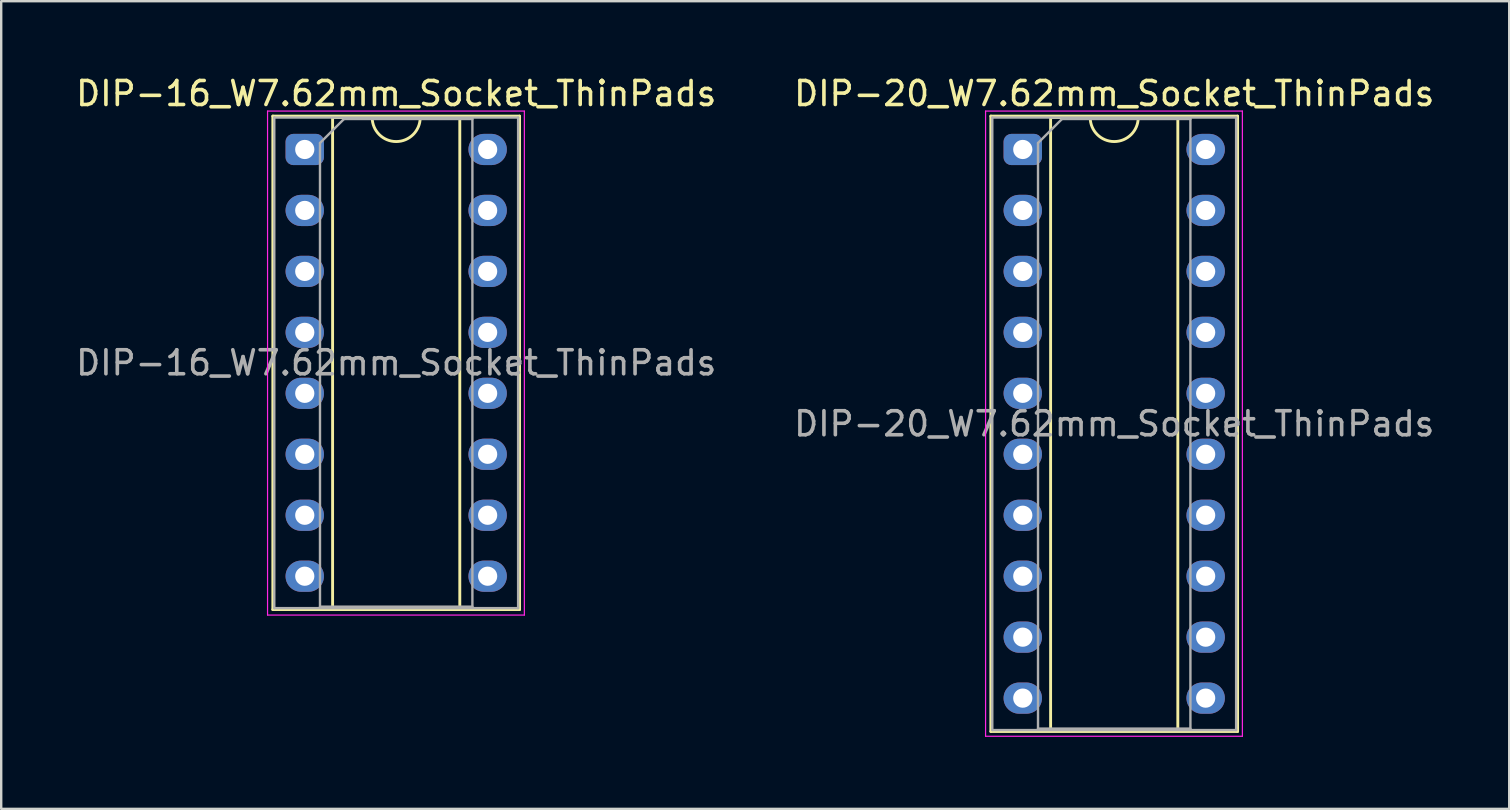
<source format=kicad_pcb>
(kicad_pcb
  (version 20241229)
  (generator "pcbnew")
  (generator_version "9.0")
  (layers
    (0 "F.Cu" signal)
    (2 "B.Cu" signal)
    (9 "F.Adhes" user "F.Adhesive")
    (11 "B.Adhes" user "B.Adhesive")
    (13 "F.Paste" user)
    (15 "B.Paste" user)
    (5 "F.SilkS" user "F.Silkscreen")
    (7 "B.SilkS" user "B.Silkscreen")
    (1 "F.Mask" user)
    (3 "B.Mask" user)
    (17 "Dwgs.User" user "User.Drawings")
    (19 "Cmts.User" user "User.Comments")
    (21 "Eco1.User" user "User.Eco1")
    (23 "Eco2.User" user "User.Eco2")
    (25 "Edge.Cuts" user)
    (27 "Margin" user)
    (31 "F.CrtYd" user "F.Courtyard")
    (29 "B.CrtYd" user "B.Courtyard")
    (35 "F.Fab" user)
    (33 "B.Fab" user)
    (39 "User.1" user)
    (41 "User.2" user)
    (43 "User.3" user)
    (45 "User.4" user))
  (footprint "DIP-16_W7.62mm_Socket_ThinPads"
    (layer "F.Cu")
    (at 9.648 3.178)
    (property "Reference" "DIP-16_W7.62mm_Socket_ThinPads" (at 3.81 -2.33 0) (layer "F.SilkS") (effects (font (size 1 1) (thickness 0.15))))
    (attr through_hole)
    (fp_line (start -1.33 -1.39) (end -1.33 19.17) (stroke (width 0.12) (type solid)) (layer "F.SilkS"))
    (fp_line (start -1.33 19.17) (end 8.95 19.17) (stroke (width 0.12) (type solid)) (layer "F.SilkS"))
    (fp_line (start 1.16 -1.33) (end 1.16 19.11) (stroke (width 0.12) (type solid)) (layer "F.SilkS"))
    (fp_line (start 1.16 19.11) (end 6.46 19.11) (stroke (width 0.12) (type solid)) (layer "F.SilkS"))
    (fp_line (start 2.81 -1.33) (end 1.16 -1.33) (stroke (width 0.12) (type solid)) (layer "F.SilkS"))
    (fp_line (start 6.46 -1.33) (end 4.81 -1.33) (stroke (width 0.12) (type solid)) (layer "F.SilkS"))
    (fp_line (start 6.46 19.11) (end 6.46 -1.33) (stroke (width 0.12) (type solid)) (layer "F.SilkS"))
    (fp_line (start 8.95 -1.39) (end -1.33 -1.39) (stroke (width 0.12) (type solid)) (layer "F.SilkS"))
    (fp_line (start 8.95 19.17) (end 8.95 -1.39) (stroke (width 0.12) (type solid)) (layer "F.SilkS"))
    (fp_arc (start 4.81 -1.33) (mid 3.81 -0.33) (end 2.81 -1.33) (stroke (width 0.12) (type solid)) (layer "F.SilkS"))
    (fp_line (start -1.55 -1.6) (end -1.55 19.4) (stroke (width 0.05) (type solid)) (layer "F.CrtYd"))
    (fp_line (start -1.55 19.4) (end 9.15 19.4) (stroke (width 0.05) (type solid)) (layer "F.CrtYd"))
    (fp_line (start 9.15 -1.6) (end -1.55 -1.6) (stroke (width 0.05) (type solid)) (layer "F.CrtYd"))
    (fp_line (start 9.15 19.4) (end 9.15 -1.6) (stroke (width 0.05) (type solid)) (layer "F.CrtYd"))
    (fp_line (start -1.27 -1.33) (end -1.27 19.11) (stroke (width 0.1) (type solid)) (layer "F.Fab"))
    (fp_line (start -1.27 19.11) (end 8.89 19.11) (stroke (width 0.1) (type solid)) (layer "F.Fab"))
    (fp_line (start 0.635 -0.27) (end 1.635 -1.27) (stroke (width 0.1) (type solid)) (layer "F.Fab"))
    (fp_line (start 0.635 19.05) (end 0.635 -0.27) (stroke (width 0.1) (type solid)) (layer "F.Fab"))
    (fp_line (start 1.635 -1.27) (end 6.985 -1.27) (stroke (width 0.1) (type solid)) (layer "F.Fab"))
    (fp_line (start 6.985 -1.27) (end 6.985 19.05) (stroke (width 0.1) (type solid)) (layer "F.Fab"))
    (fp_line (start 6.985 19.05) (end 0.635 19.05) (stroke (width 0.1) (type solid)) (layer "F.Fab"))
    (fp_line (start 8.89 -1.33) (end -1.27 -1.33) (stroke (width 0.1) (type solid)) (layer "F.Fab"))
    (fp_line (start 8.89 19.11) (end 8.89 -1.33) (stroke (width 0.1) (type solid)) (layer "F.Fab"))
    (fp_text user "${REFERENCE}" (at 3.81 8.89 0) (layer "F.Fab") (effects (font (size 1 1) (thickness 0.15))))
    (pad "1" thru_hole roundrect (at 0 0) (size 1.6 1.3) (drill 0.8) (layers "*.Cu" "*.Mask") (roundrect_rratio 0.25))
    (pad "2" thru_hole oval (at 0 2.54) (size 1.6 1.3) (drill 0.8) (layers "*.Cu" "*.Mask"))
    (pad "3" thru_hole oval (at 0 5.08) (size 1.6 1.3) (drill 0.8) (layers "*.Cu" "*.Mask"))
    (pad "4" thru_hole oval (at 0 7.62) (size 1.6 1.3) (drill 0.8) (layers "*.Cu" "*.Mask"))
    (pad "5" thru_hole oval (at 0 10.16) (size 1.6 1.3) (drill 0.8) (layers "*.Cu" "*.Mask"))
    (pad "6" thru_hole oval (at 0 12.7) (size 1.6 1.3) (drill 0.8) (layers "*.Cu" "*.Mask"))
    (pad "7" thru_hole oval (at 0 15.24) (size 1.6 1.3) (drill 0.8) (layers "*.Cu" "*.Mask"))
    (pad "8" thru_hole oval (at 0 17.78) (size 1.6 1.3) (drill 0.8) (layers "*.Cu" "*.Mask"))
    (pad "9" thru_hole oval (at 7.62 17.78) (size 1.6 1.3) (drill 0.8) (layers "*.Cu" "*.Mask"))
    (pad "10" thru_hole oval (at 7.62 15.24) (size 1.6 1.3) (drill 0.8) (layers "*.Cu" "*.Mask"))
    (pad "11" thru_hole oval (at 7.62 12.7) (size 1.6 1.3) (drill 0.8) (layers "*.Cu" "*.Mask"))
    (pad "12" thru_hole oval (at 7.62 10.16) (size 1.6 1.3) (drill 0.8) (layers "*.Cu" "*.Mask"))
    (pad "13" thru_hole oval (at 7.62 7.62) (size 1.6 1.3) (drill 0.8) (layers "*.Cu" "*.Mask"))
    (pad "14" thru_hole oval (at 7.62 5.08) (size 1.6 1.3) (drill 0.8) (layers "*.Cu" "*.Mask"))
    (pad "15" thru_hole oval (at 7.62 2.54) (size 1.6 1.3) (drill 0.8) (layers "*.Cu" "*.Mask"))
    (pad "16" thru_hole oval (at 7.62 0) (size 1.6 1.3) (drill 0.8) (layers "*.Cu" "*.Mask")))
  (footprint "DIP-20_W7.62mm_Socket_ThinPads"
    (layer "F.Cu")
    (at 39.565 3.178)
    (property "Reference" "DIP-20_W7.62mm_Socket_ThinPads" (at 3.81 -2.33 0) (layer "F.SilkS") (effects (font (size 1 1) (thickness 0.15))))
    (attr through_hole)
    (fp_line (start -1.33 -1.39) (end -1.33 24.25) (stroke (width 0.12) (type solid)) (layer "F.SilkS"))
    (fp_line (start -1.33 24.25) (end 8.95 24.25) (stroke (width 0.12) (type solid)) (layer "F.SilkS"))
    (fp_line (start 1.16 -1.33) (end 1.16 24.19) (stroke (width 0.12) (type solid)) (layer "F.SilkS"))
    (fp_line (start 1.16 24.19) (end 6.46 24.19) (stroke (width 0.12) (type solid)) (layer "F.SilkS"))
    (fp_line (start 2.81 -1.33) (end 1.16 -1.33) (stroke (width 0.12) (type solid)) (layer "F.SilkS"))
    (fp_line (start 6.46 -1.33) (end 4.81 -1.33) (stroke (width 0.12) (type solid)) (layer "F.SilkS"))
    (fp_line (start 6.46 24.19) (end 6.46 -1.33) (stroke (width 0.12) (type solid)) (layer "F.SilkS"))
    (fp_line (start 8.95 -1.39) (end -1.33 -1.39) (stroke (width 0.12) (type solid)) (layer "F.SilkS"))
    (fp_line (start 8.95 24.25) (end 8.95 -1.39) (stroke (width 0.12) (type solid)) (layer "F.SilkS"))
    (fp_arc (start 4.81 -1.33) (mid 3.81 -0.33) (end 2.81 -1.33) (stroke (width 0.12) (type solid)) (layer "F.SilkS"))
    (fp_line (start -1.55 -1.6) (end -1.55 24.45) (stroke (width 0.05) (type solid)) (layer "F.CrtYd"))
    (fp_line (start -1.55 24.45) (end 9.15 24.45) (stroke (width 0.05) (type solid)) (layer "F.CrtYd"))
    (fp_line (start 9.15 -1.6) (end -1.55 -1.6) (stroke (width 0.05) (type solid)) (layer "F.CrtYd"))
    (fp_line (start 9.15 24.45) (end 9.15 -1.6) (stroke (width 0.05) (type solid)) (layer "F.CrtYd"))
    (fp_line (start -1.27 -1.33) (end -1.27 24.19) (stroke (width 0.1) (type solid)) (layer "F.Fab"))
    (fp_line (start -1.27 24.19) (end 8.89 24.19) (stroke (width 0.1) (type solid)) (layer "F.Fab"))
    (fp_line (start 0.635 -0.27) (end 1.635 -1.27) (stroke (width 0.1) (type solid)) (layer "F.Fab"))
    (fp_line (start 0.635 24.13) (end 0.635 -0.27) (stroke (width 0.1) (type solid)) (layer "F.Fab"))
    (fp_line (start 1.635 -1.27) (end 6.985 -1.27) (stroke (width 0.1) (type solid)) (layer "F.Fab"))
    (fp_line (start 6.985 -1.27) (end 6.985 24.13) (stroke (width 0.1) (type solid)) (layer "F.Fab"))
    (fp_line (start 6.985 24.13) (end 0.635 24.13) (stroke (width 0.1) (type solid)) (layer "F.Fab"))
    (fp_line (start 8.89 -1.33) (end -1.27 -1.33) (stroke (width 0.1) (type solid)) (layer "F.Fab"))
    (fp_line (start 8.89 24.19) (end 8.89 -1.33) (stroke (width 0.1) (type solid)) (layer "F.Fab"))
    (fp_text user "${REFERENCE}" (at 3.81 11.43 0) (layer "F.Fab") (effects (font (size 1 1) (thickness 0.15))))
    (pad "1" thru_hole roundrect (at 0 0) (size 1.6 1.3) (drill 0.8) (layers "*.Cu" "*.Mask") (roundrect_rratio 0.25))
    (pad "2" thru_hole oval (at 0 2.54) (size 1.6 1.3) (drill 0.8) (layers "*.Cu" "*.Mask"))
    (pad "3" thru_hole oval (at 0 5.08) (size 1.6 1.3) (drill 0.8) (layers "*.Cu" "*.Mask"))
    (pad "4" thru_hole oval (at 0 7.62) (size 1.6 1.3) (drill 0.8) (layers "*.Cu" "*.Mask"))
    (pad "5" thru_hole oval (at 0 10.16) (size 1.6 1.3) (drill 0.8) (layers "*.Cu" "*.Mask"))
    (pad "6" thru_hole oval (at 0 12.7) (size 1.6 1.3) (drill 0.8) (layers "*.Cu" "*.Mask"))
    (pad "7" thru_hole oval (at 0 15.24) (size 1.6 1.3) (drill 0.8) (layers "*.Cu" "*.Mask"))
    (pad "8" thru_hole oval (at 0 17.78) (size 1.6 1.3) (drill 0.8) (layers "*.Cu" "*.Mask"))
    (pad "9" thru_hole oval (at 0 20.32) (size 1.6 1.3) (drill 0.8) (layers "*.Cu" "*.Mask"))
    (pad "10" thru_hole oval (at 0 22.86) (size 1.6 1.3) (drill 0.8) (layers "*.Cu" "*.Mask"))
    (pad "11" thru_hole oval (at 7.62 22.86) (size 1.6 1.3) (drill 0.8) (layers "*.Cu" "*.Mask"))
    (pad "12" thru_hole oval (at 7.62 20.32) (size 1.6 1.3) (drill 0.8) (layers "*.Cu" "*.Mask"))
    (pad "13" thru_hole oval (at 7.62 17.78) (size 1.6 1.3) (drill 0.8) (layers "*.Cu" "*.Mask"))
    (pad "14" thru_hole oval (at 7.62 15.24) (size 1.6 1.3) (drill 0.8) (layers "*.Cu" "*.Mask"))
    (pad "15" thru_hole oval (at 7.62 12.7) (size 1.6 1.3) (drill 0.8) (layers "*.Cu" "*.Mask"))
    (pad "16" thru_hole oval (at 7.62 10.16) (size 1.6 1.3) (drill 0.8) (layers "*.Cu" "*.Mask"))
    (pad "17" thru_hole oval (at 7.62 7.62) (size 1.6 1.3) (drill 0.8) (layers "*.Cu" "*.Mask"))
    (pad "18" thru_hole oval (at 7.62 5.08) (size 1.6 1.3) (drill 0.8) (layers "*.Cu" "*.Mask"))
    (pad "19" thru_hole oval (at 7.62 2.54) (size 1.6 1.3) (drill 0.8) (layers "*.Cu" "*.Mask"))
    (pad "20" thru_hole oval (at 7.62 0) (size 1.6 1.3) (drill 0.8) (layers "*.Cu" "*.Mask")))
  (gr_rect
    (start -3 -3)
    (end 59.833 30.653)
    (stroke (width 0.1) (type default))
    (fill no)
    (layer "Edge.Cuts")))
</source>
